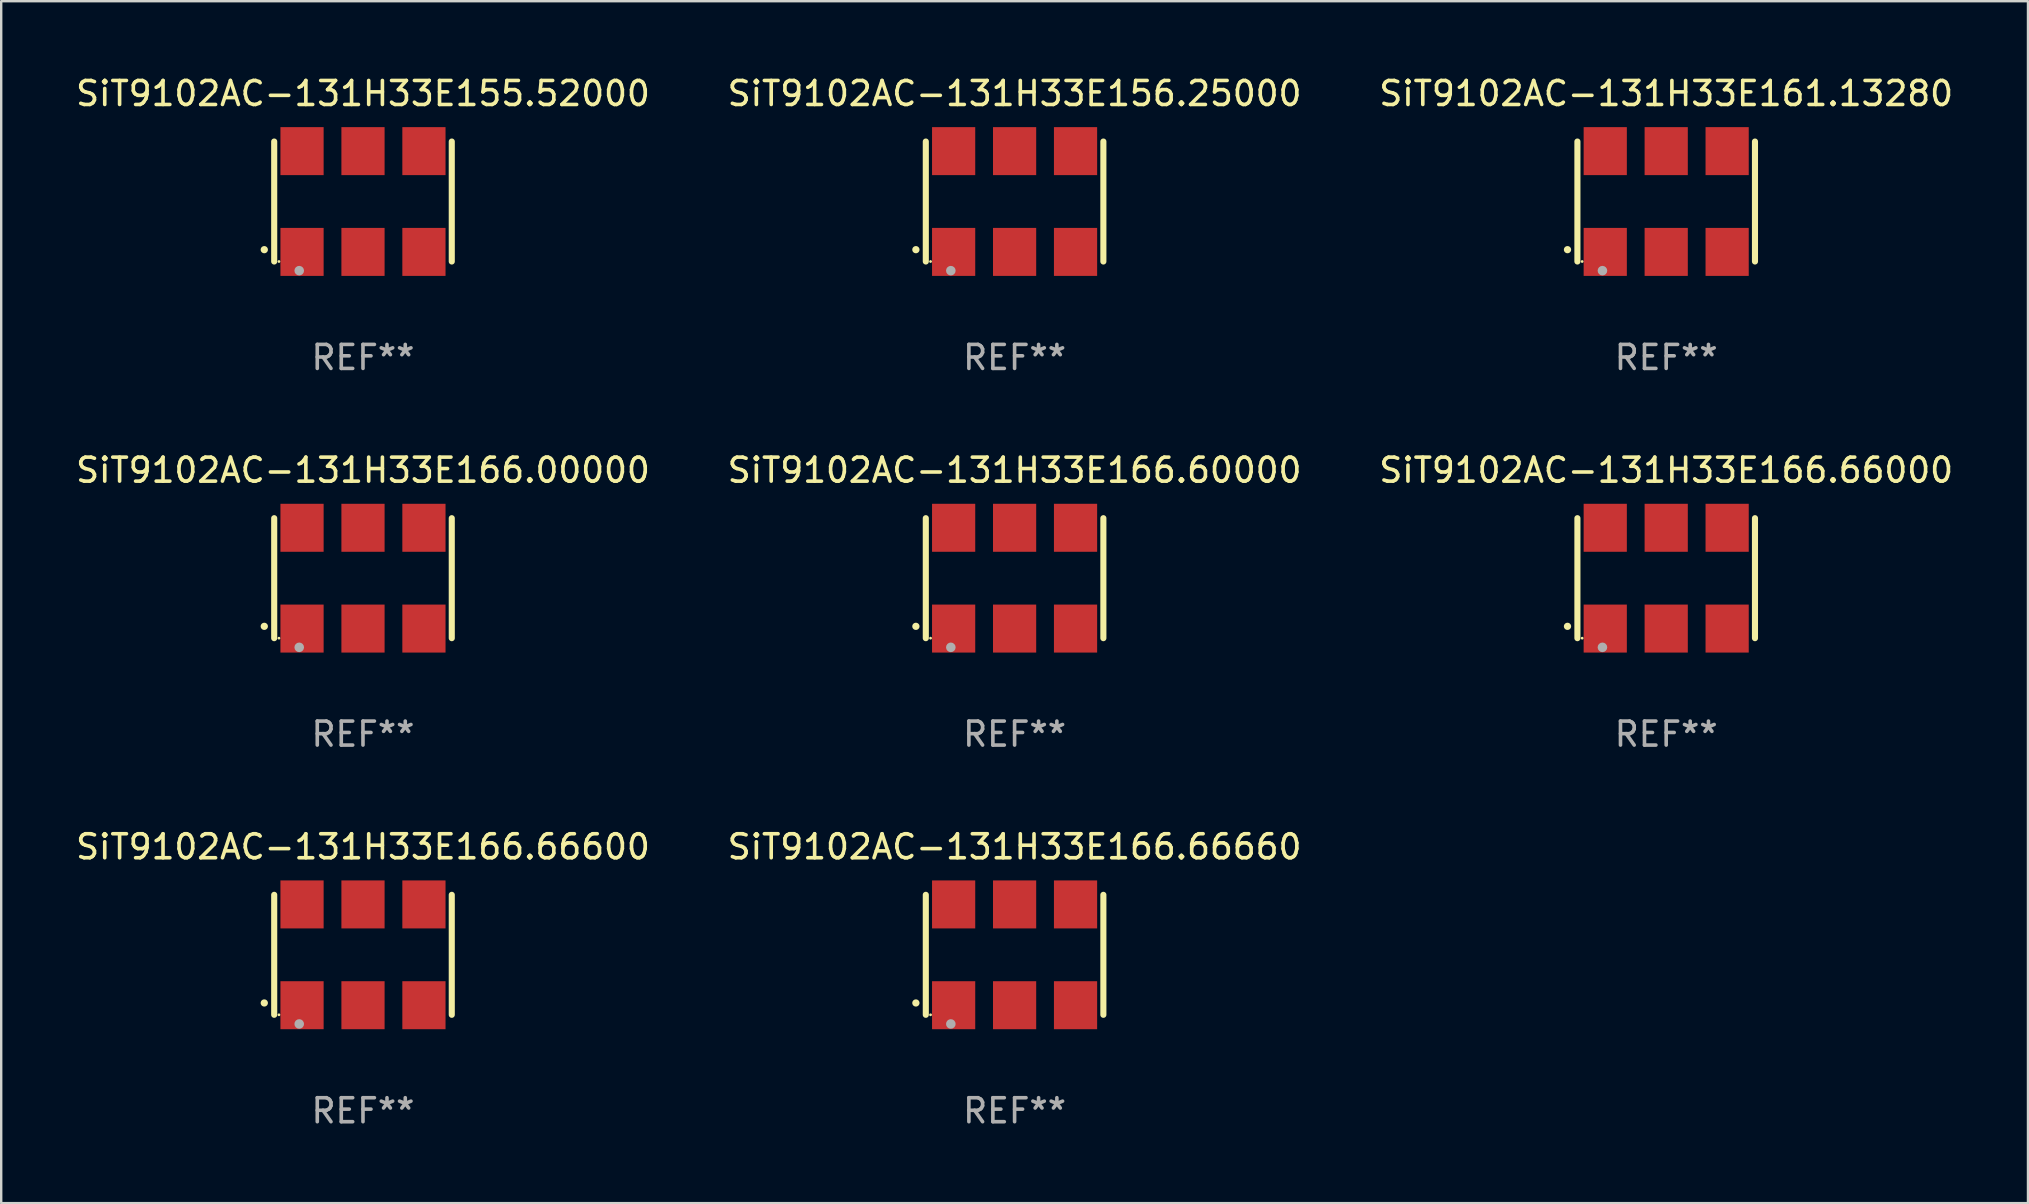
<source format=kicad_pcb>
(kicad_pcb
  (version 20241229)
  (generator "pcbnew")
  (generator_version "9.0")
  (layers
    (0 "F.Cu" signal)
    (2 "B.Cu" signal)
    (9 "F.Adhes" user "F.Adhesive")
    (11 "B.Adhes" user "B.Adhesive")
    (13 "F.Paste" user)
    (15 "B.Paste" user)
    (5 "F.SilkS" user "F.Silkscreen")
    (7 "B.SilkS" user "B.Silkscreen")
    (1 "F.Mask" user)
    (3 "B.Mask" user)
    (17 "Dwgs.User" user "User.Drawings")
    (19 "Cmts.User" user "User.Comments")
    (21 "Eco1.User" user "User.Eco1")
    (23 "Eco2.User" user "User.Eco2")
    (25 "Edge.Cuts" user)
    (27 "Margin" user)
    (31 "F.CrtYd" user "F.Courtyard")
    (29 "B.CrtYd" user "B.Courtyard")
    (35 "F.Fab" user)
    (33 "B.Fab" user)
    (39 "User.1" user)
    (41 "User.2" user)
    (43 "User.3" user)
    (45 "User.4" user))
  (footprint "SiT9102AC-131H33E156.25000"
    (layer "F.Cu")
    (at 39.232 5.348)
    (property "Reference" "SiT9102AC-131H33E156.25000" (at 0 -4.5 0) (layer "F.SilkS") (effects (font (size 1 1) (thickness 0.15))))
    (attr through_hole)
    (fp_line (start -3.7 -2.5) (end -3.7 2.5) (stroke (width 0.254) (type solid)) (layer "F.SilkS"))
    (fp_line (start 3.7 -2.5) (end 3.7 2.5) (stroke (width 0.254) (type solid)) (layer "F.SilkS"))
    (fp_arc (start -4.114415 2.006604) (mid -4.113145 2.006599) (end -4.111875 2.006604) (stroke (width 0.3) (type solid)) (layer "F.SilkS"))
    (fp_circle (center -3.502 2.5) (end -3.472 2.5) (stroke (width 0.06) (type solid)) (fill no) (layer "F.SilkS"))
    (fp_circle (center -2.657 2.882) (end -2.557 2.882) (stroke (width 0.2) (type solid)) (fill no) (layer "F.Fab"))
    (fp_text user "REF**" (at 0 6.5 0) (layer "F.Fab") (effects (font (size 1 1) (thickness 0.15))))
    (pad "1" smd rect (at -2.54 2.1) (size 1.8 2) (layers "F.Cu" "F.Mask" "F.Paste"))
    (pad "2" smd rect (at 0.000394 2.1) (size 1.8 2) (layers "F.Cu" "F.Mask" "F.Paste"))
    (pad "3" smd rect (at 2.54 2.1) (size 1.8 2) (layers "F.Cu" "F.Mask" "F.Paste"))
    (pad "4" smd rect (at 2.54 -2.1) (size 1.8 2) (layers "F.Cu" "F.Mask" "F.Paste"))
    (pad "5" smd rect (at 0.000394 -2.1) (size 1.8 2) (layers "F.Cu" "F.Mask" "F.Paste"))
    (pad "6" smd rect (at -2.54 -2.1) (size 1.8 2) (layers "F.Cu" "F.Mask" "F.Paste")))
  (footprint "SiT9102AC-131H33E161.13280"
    (layer "F.Cu")
    (at 66.387 5.348)
    (property "Reference" "SiT9102AC-131H33E161.13280" (at 0 -4.5 0) (layer "F.SilkS") (effects (font (size 1 1) (thickness 0.15))))
    (attr through_hole)
    (fp_line (start -3.7 -2.5) (end -3.7 2.5) (stroke (width 0.254) (type solid)) (layer "F.SilkS"))
    (fp_line (start 3.7 -2.5) (end 3.7 2.5) (stroke (width 0.254) (type solid)) (layer "F.SilkS"))
    (fp_arc (start -4.114415 2.006604) (mid -4.113145 2.006599) (end -4.111875 2.006604) (stroke (width 0.3) (type solid)) (layer "F.SilkS"))
    (fp_circle (center -3.502 2.5) (end -3.472 2.5) (stroke (width 0.06) (type solid)) (fill no) (layer "F.SilkS"))
    (fp_circle (center -2.657 2.882) (end -2.557 2.882) (stroke (width 0.2) (type solid)) (fill no) (layer "F.Fab"))
    (fp_text user "REF**" (at 0 6.5 0) (layer "F.Fab") (effects (font (size 1 1) (thickness 0.15))))
    (pad "1" smd rect (at -2.54 2.1) (size 1.8 2) (layers "F.Cu" "F.Mask" "F.Paste"))
    (pad "2" smd rect (at 0.000394 2.1) (size 1.8 2) (layers "F.Cu" "F.Mask" "F.Paste"))
    (pad "3" smd rect (at 2.54 2.1) (size 1.8 2) (layers "F.Cu" "F.Mask" "F.Paste"))
    (pad "4" smd rect (at 2.54 -2.1) (size 1.8 2) (layers "F.Cu" "F.Mask" "F.Paste"))
    (pad "5" smd rect (at 0.000394 -2.1) (size 1.8 2) (layers "F.Cu" "F.Mask" "F.Paste"))
    (pad "6" smd rect (at -2.54 -2.1) (size 1.8 2) (layers "F.Cu" "F.Mask" "F.Paste")))
  (footprint "SiT9102AC-131H33E166.66000"
    (layer "F.Cu")
    (at 66.387 21.045)
    (property "Reference" "SiT9102AC-131H33E166.66000" (at 0 -4.5 0) (layer "F.SilkS") (effects (font (size 1 1) (thickness 0.15))))
    (attr through_hole)
    (fp_line (start -3.7 -2.5) (end -3.7 2.5) (stroke (width 0.254) (type solid)) (layer "F.SilkS"))
    (fp_line (start 3.7 -2.5) (end 3.7 2.5) (stroke (width 0.254) (type solid)) (layer "F.SilkS"))
    (fp_arc (start -4.114415 2.006604) (mid -4.113145 2.006599) (end -4.111875 2.006604) (stroke (width 0.3) (type solid)) (layer "F.SilkS"))
    (fp_circle (center -3.502 2.5) (end -3.472 2.5) (stroke (width 0.06) (type solid)) (fill no) (layer "F.SilkS"))
    (fp_circle (center -2.657 2.882) (end -2.557 2.882) (stroke (width 0.2) (type solid)) (fill no) (layer "F.Fab"))
    (fp_text user "REF**" (at 0 6.5 0) (layer "F.Fab") (effects (font (size 1 1) (thickness 0.15))))
    (pad "1" smd rect (at -2.54 2.1) (size 1.8 2) (layers "F.Cu" "F.Mask" "F.Paste"))
    (pad "2" smd rect (at 0.000394 2.1) (size 1.8 2) (layers "F.Cu" "F.Mask" "F.Paste"))
    (pad "3" smd rect (at 2.54 2.1) (size 1.8 2) (layers "F.Cu" "F.Mask" "F.Paste"))
    (pad "4" smd rect (at 2.54 -2.1) (size 1.8 2) (layers "F.Cu" "F.Mask" "F.Paste"))
    (pad "5" smd rect (at 0.000394 -2.1) (size 1.8 2) (layers "F.Cu" "F.Mask" "F.Paste"))
    (pad "6" smd rect (at -2.54 -2.1) (size 1.8 2) (layers "F.Cu" "F.Mask" "F.Paste")))
  (footprint "SiT9102AC-131H33E166.66600"
    (layer "F.Cu")
    (at 12.077 36.741)
    (property "Reference" "SiT9102AC-131H33E166.66600" (at 0 -4.5 0) (layer "F.SilkS") (effects (font (size 1 1) (thickness 0.15))))
    (attr through_hole)
    (fp_line (start -3.7 -2.5) (end -3.7 2.5) (stroke (width 0.254) (type solid)) (layer "F.SilkS"))
    (fp_line (start 3.7 -2.5) (end 3.7 2.5) (stroke (width 0.254) (type solid)) (layer "F.SilkS"))
    (fp_arc (start -4.114415 2.006604) (mid -4.113145 2.006599) (end -4.111875 2.006604) (stroke (width 0.3) (type solid)) (layer "F.SilkS"))
    (fp_circle (center -3.502 2.5) (end -3.472 2.5) (stroke (width 0.06) (type solid)) (fill no) (layer "F.SilkS"))
    (fp_circle (center -2.657 2.882) (end -2.557 2.882) (stroke (width 0.2) (type solid)) (fill no) (layer "F.Fab"))
    (fp_text user "REF**" (at 0 6.5 0) (layer "F.Fab") (effects (font (size 1 1) (thickness 0.15))))
    (pad "1" smd rect (at -2.54 2.1) (size 1.8 2) (layers "F.Cu" "F.Mask" "F.Paste"))
    (pad "2" smd rect (at 0.000394 2.1) (size 1.8 2) (layers "F.Cu" "F.Mask" "F.Paste"))
    (pad "3" smd rect (at 2.54 2.1) (size 1.8 2) (layers "F.Cu" "F.Mask" "F.Paste"))
    (pad "4" smd rect (at 2.54 -2.1) (size 1.8 2) (layers "F.Cu" "F.Mask" "F.Paste"))
    (pad "5" smd rect (at 0.000394 -2.1) (size 1.8 2) (layers "F.Cu" "F.Mask" "F.Paste"))
    (pad "6" smd rect (at -2.54 -2.1) (size 1.8 2) (layers "F.Cu" "F.Mask" "F.Paste")))
  (footprint "SiT9102AC-131H33E166.60000"
    (layer "F.Cu")
    (at 39.232 21.045)
    (property "Reference" "SiT9102AC-131H33E166.60000" (at 0 -4.5 0) (layer "F.SilkS") (effects (font (size 1 1) (thickness 0.15))))
    (attr through_hole)
    (fp_line (start -3.7 -2.5) (end -3.7 2.5) (stroke (width 0.254) (type solid)) (layer "F.SilkS"))
    (fp_line (start 3.7 -2.5) (end 3.7 2.5) (stroke (width 0.254) (type solid)) (layer "F.SilkS"))
    (fp_arc (start -4.114415 2.006604) (mid -4.113145 2.006599) (end -4.111875 2.006604) (stroke (width 0.3) (type solid)) (layer "F.SilkS"))
    (fp_circle (center -3.502 2.5) (end -3.472 2.5) (stroke (width 0.06) (type solid)) (fill no) (layer "F.SilkS"))
    (fp_circle (center -2.657 2.882) (end -2.557 2.882) (stroke (width 0.2) (type solid)) (fill no) (layer "F.Fab"))
    (fp_text user "REF**" (at 0 6.5 0) (layer "F.Fab") (effects (font (size 1 1) (thickness 0.15))))
    (pad "1" smd rect (at -2.54 2.1) (size 1.8 2) (layers "F.Cu" "F.Mask" "F.Paste"))
    (pad "2" smd rect (at 0.000394 2.1) (size 1.8 2) (layers "F.Cu" "F.Mask" "F.Paste"))
    (pad "3" smd rect (at 2.54 2.1) (size 1.8 2) (layers "F.Cu" "F.Mask" "F.Paste"))
    (pad "4" smd rect (at 2.54 -2.1) (size 1.8 2) (layers "F.Cu" "F.Mask" "F.Paste"))
    (pad "5" smd rect (at 0.000394 -2.1) (size 1.8 2) (layers "F.Cu" "F.Mask" "F.Paste"))
    (pad "6" smd rect (at -2.54 -2.1) (size 1.8 2) (layers "F.Cu" "F.Mask" "F.Paste")))
  (footprint "SiT9102AC-131H33E155.52000"
    (layer "F.Cu")
    (at 12.077 5.348)
    (property "Reference" "SiT9102AC-131H33E155.52000" (at 0 -4.5 0) (layer "F.SilkS") (effects (font (size 1 1) (thickness 0.15))))
    (attr through_hole)
    (fp_line (start -3.7 -2.5) (end -3.7 2.5) (stroke (width 0.254) (type solid)) (layer "F.SilkS"))
    (fp_line (start 3.7 -2.5) (end 3.7 2.5) (stroke (width 0.254) (type solid)) (layer "F.SilkS"))
    (fp_arc (start -4.114415 2.006604) (mid -4.113145 2.006599) (end -4.111875 2.006604) (stroke (width 0.3) (type solid)) (layer "F.SilkS"))
    (fp_circle (center -3.502 2.5) (end -3.472 2.5) (stroke (width 0.06) (type solid)) (fill no) (layer "F.SilkS"))
    (fp_circle (center -2.657 2.882) (end -2.557 2.882) (stroke (width 0.2) (type solid)) (fill no) (layer "F.Fab"))
    (fp_text user "REF**" (at 0 6.5 0) (layer "F.Fab") (effects (font (size 1 1) (thickness 0.15))))
    (pad "1" smd rect (at -2.54 2.1) (size 1.8 2) (layers "F.Cu" "F.Mask" "F.Paste"))
    (pad "2" smd rect (at 0.000394 2.1) (size 1.8 2) (layers "F.Cu" "F.Mask" "F.Paste"))
    (pad "3" smd rect (at 2.54 2.1) (size 1.8 2) (layers "F.Cu" "F.Mask" "F.Paste"))
    (pad "4" smd rect (at 2.54 -2.1) (size 1.8 2) (layers "F.Cu" "F.Mask" "F.Paste"))
    (pad "5" smd rect (at 0.000394 -2.1) (size 1.8 2) (layers "F.Cu" "F.Mask" "F.Paste"))
    (pad "6" smd rect (at -2.54 -2.1) (size 1.8 2) (layers "F.Cu" "F.Mask" "F.Paste")))
  (footprint "SiT9102AC-131H33E166.66660"
    (layer "F.Cu")
    (at 39.232 36.741)
    (property "Reference" "SiT9102AC-131H33E166.66660" (at 0 -4.5 0) (layer "F.SilkS") (effects (font (size 1 1) (thickness 0.15))))
    (attr through_hole)
    (fp_line (start -3.7 -2.5) (end -3.7 2.5) (stroke (width 0.254) (type solid)) (layer "F.SilkS"))
    (fp_line (start 3.7 -2.5) (end 3.7 2.5) (stroke (width 0.254) (type solid)) (layer "F.SilkS"))
    (fp_arc (start -4.114415 2.006604) (mid -4.113145 2.006599) (end -4.111875 2.006604) (stroke (width 0.3) (type solid)) (layer "F.SilkS"))
    (fp_circle (center -3.502 2.5) (end -3.472 2.5) (stroke (width 0.06) (type solid)) (fill no) (layer "F.SilkS"))
    (fp_circle (center -2.657 2.882) (end -2.557 2.882) (stroke (width 0.2) (type solid)) (fill no) (layer "F.Fab"))
    (fp_text user "REF**" (at 0 6.5 0) (layer "F.Fab") (effects (font (size 1 1) (thickness 0.15))))
    (pad "1" smd rect (at -2.54 2.1) (size 1.8 2) (layers "F.Cu" "F.Mask" "F.Paste"))
    (pad "2" smd rect (at 0.000394 2.1) (size 1.8 2) (layers "F.Cu" "F.Mask" "F.Paste"))
    (pad "3" smd rect (at 2.54 2.1) (size 1.8 2) (layers "F.Cu" "F.Mask" "F.Paste"))
    (pad "4" smd rect (at 2.54 -2.1) (size 1.8 2) (layers "F.Cu" "F.Mask" "F.Paste"))
    (pad "5" smd rect (at 0.000394 -2.1) (size 1.8 2) (layers "F.Cu" "F.Mask" "F.Paste"))
    (pad "6" smd rect (at -2.54 -2.1) (size 1.8 2) (layers "F.Cu" "F.Mask" "F.Paste")))
  (footprint "SiT9102AC-131H33E166.00000"
    (layer "F.Cu")
    (at 12.077 21.045)
    (property "Reference" "SiT9102AC-131H33E166.00000" (at 0 -4.5 0) (layer "F.SilkS") (effects (font (size 1 1) (thickness 0.15))))
    (attr through_hole)
    (fp_line (start -3.7 -2.5) (end -3.7 2.5) (stroke (width 0.254) (type solid)) (layer "F.SilkS"))
    (fp_line (start 3.7 -2.5) (end 3.7 2.5) (stroke (width 0.254) (type solid)) (layer "F.SilkS"))
    (fp_arc (start -4.114415 2.006604) (mid -4.113145 2.006599) (end -4.111875 2.006604) (stroke (width 0.3) (type solid)) (layer "F.SilkS"))
    (fp_circle (center -3.502 2.5) (end -3.472 2.5) (stroke (width 0.06) (type solid)) (fill no) (layer "F.SilkS"))
    (fp_circle (center -2.657 2.882) (end -2.557 2.882) (stroke (width 0.2) (type solid)) (fill no) (layer "F.Fab"))
    (fp_text user "REF**" (at 0 6.5 0) (layer "F.Fab") (effects (font (size 1 1) (thickness 0.15))))
    (pad "1" smd rect (at -2.54 2.1) (size 1.8 2) (layers "F.Cu" "F.Mask" "F.Paste"))
    (pad "2" smd rect (at 0.000394 2.1) (size 1.8 2) (layers "F.Cu" "F.Mask" "F.Paste"))
    (pad "3" smd rect (at 2.54 2.1) (size 1.8 2) (layers "F.Cu" "F.Mask" "F.Paste"))
    (pad "4" smd rect (at 2.54 -2.1) (size 1.8 2) (layers "F.Cu" "F.Mask" "F.Paste"))
    (pad "5" smd rect (at 0.000394 -2.1) (size 1.8 2) (layers "F.Cu" "F.Mask" "F.Paste"))
    (pad "6" smd rect (at -2.54 -2.1) (size 1.8 2) (layers "F.Cu" "F.Mask" "F.Paste")))
  (gr_rect
    (start -3 -3)
    (end 81.464 47.09)
    (stroke (width 0.1) (type default))
    (fill no)
    (layer "Edge.Cuts")))
</source>
